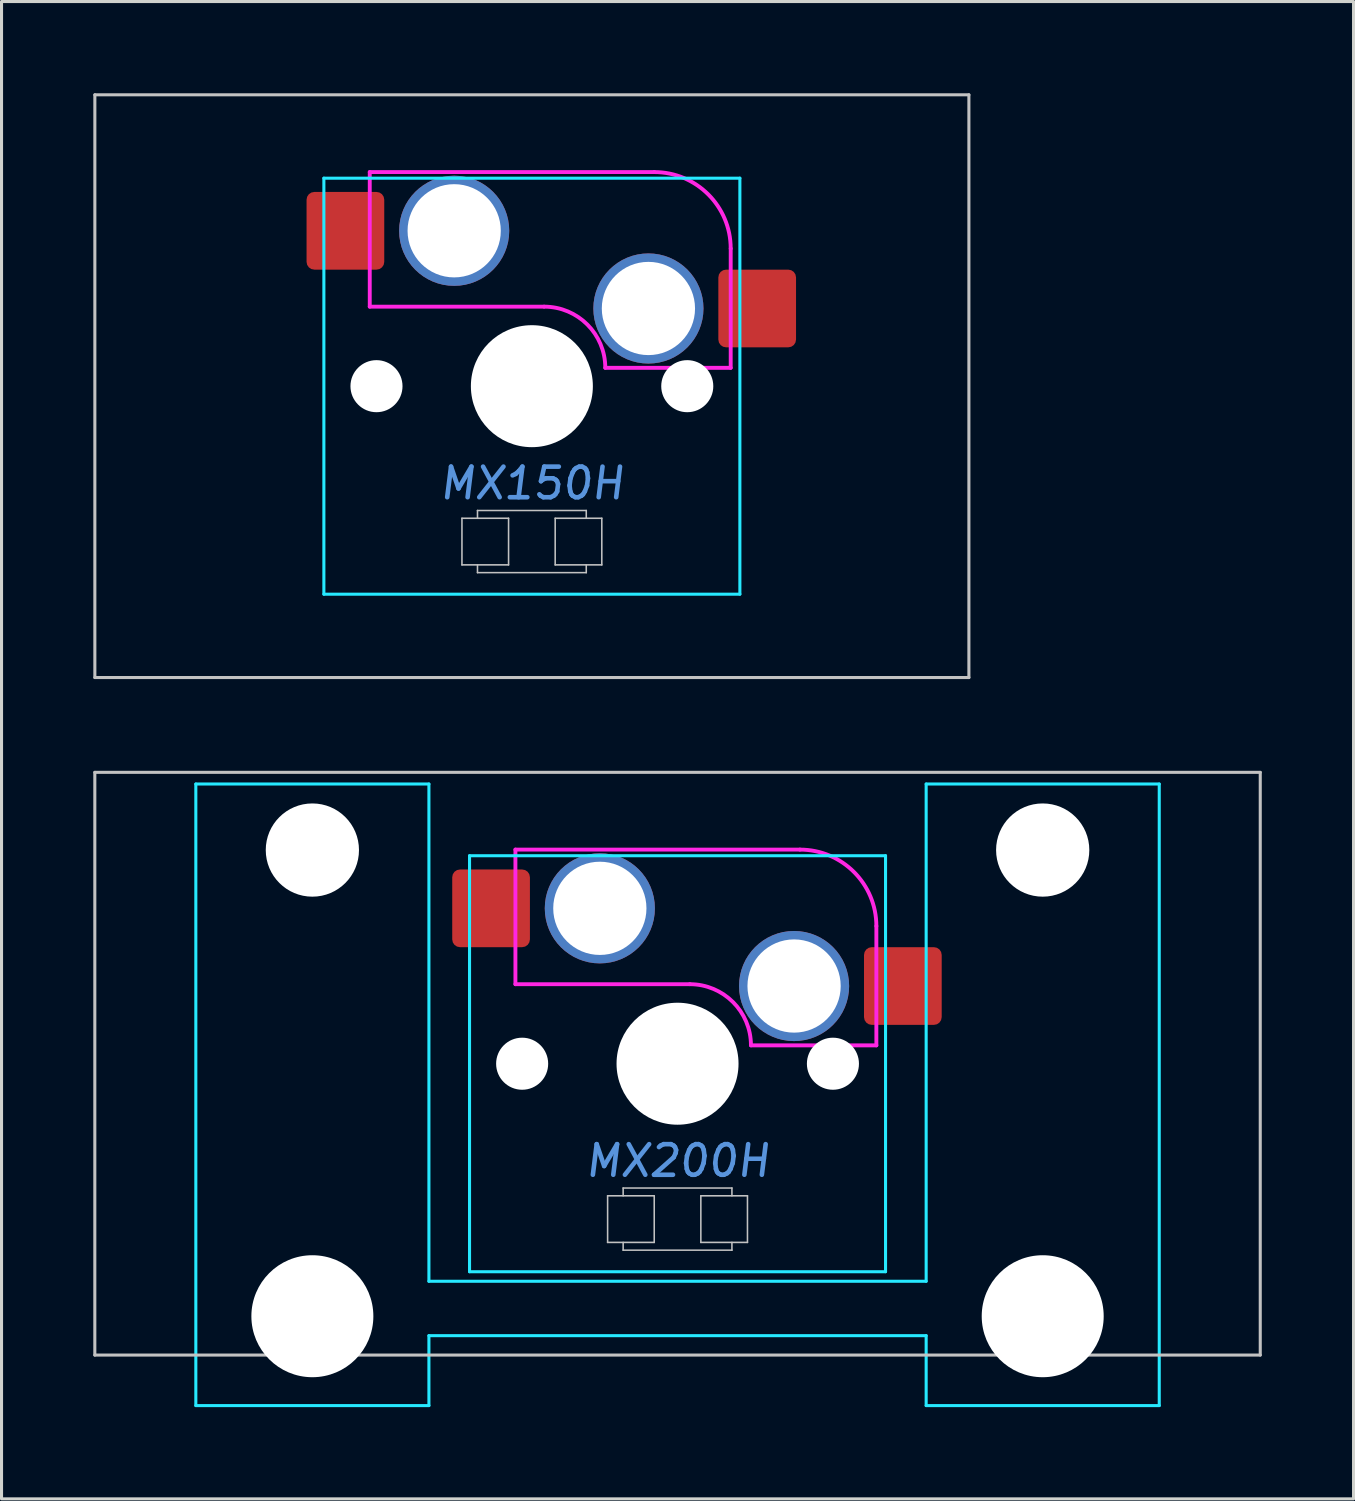
<source format=kicad_pcb>
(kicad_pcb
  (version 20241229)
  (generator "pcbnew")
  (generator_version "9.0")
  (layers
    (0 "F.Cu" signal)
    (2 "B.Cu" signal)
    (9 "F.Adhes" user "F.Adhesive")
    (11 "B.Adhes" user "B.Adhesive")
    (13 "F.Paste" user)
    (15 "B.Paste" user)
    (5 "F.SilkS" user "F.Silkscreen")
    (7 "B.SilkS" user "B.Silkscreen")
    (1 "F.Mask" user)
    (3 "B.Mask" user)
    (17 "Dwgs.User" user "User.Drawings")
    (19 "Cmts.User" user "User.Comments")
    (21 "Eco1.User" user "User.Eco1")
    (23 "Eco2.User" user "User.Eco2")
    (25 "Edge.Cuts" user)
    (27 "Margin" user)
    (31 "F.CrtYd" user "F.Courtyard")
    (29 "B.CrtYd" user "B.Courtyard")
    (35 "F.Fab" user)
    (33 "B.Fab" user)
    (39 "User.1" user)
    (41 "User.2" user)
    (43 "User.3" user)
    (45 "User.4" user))
  (footprint "MX150H"
    (layer "F.Cu")
    (at 14.338 9.575)
    (property "Reference" "MX150H" (at 0 3.175 0) (layer "Cmts.User") (effects (font (size 1 1) (thickness 0.15) (italic yes))))
    (attr smd)
    (fp_line (start -14.287 -9.525) (end -14.287 9.525) (stroke (width 0.1) (type solid)) (layer "Dwgs.User"))
    (fp_line (start -14.287 -9.525) (end 14.287 -9.525) (stroke (width 0.1) (type solid)) (layer "Dwgs.User"))
    (fp_line (start -14.287 9.525) (end 14.287 9.525) (stroke (width 0.1) (type solid)) (layer "Dwgs.User"))
    (fp_line (start -2.286 4.318) (end -2.286 5.842) (stroke (width 0.051) (type solid)) (layer "Dwgs.User"))
    (fp_line (start -2.286 5.842) (end -0.762 5.842) (stroke (width 0.051) (type solid)) (layer "Dwgs.User"))
    (fp_line (start -1.778 4.064) (end -1.778 4.318) (stroke (width 0.051) (type solid)) (layer "Dwgs.User"))
    (fp_line (start -1.778 6.096) (end -1.778 5.842) (stroke (width 0.051) (type solid)) (layer "Dwgs.User"))
    (fp_line (start -1.778 6.096) (end 1.778 6.096) (stroke (width 0.051) (type solid)) (layer "Dwgs.User"))
    (fp_line (start -0.762 4.318) (end -2.286 4.318) (stroke (width 0.051) (type solid)) (layer "Dwgs.User"))
    (fp_line (start -0.762 5.842) (end -0.762 4.318) (stroke (width 0.051) (type solid)) (layer "Dwgs.User"))
    (fp_line (start 0.762 4.318) (end 2.286 4.318) (stroke (width 0.051) (type solid)) (layer "Dwgs.User"))
    (fp_line (start 0.762 5.842) (end 0.762 4.318) (stroke (width 0.051) (type solid)) (layer "Dwgs.User"))
    (fp_line (start 1.778 4.064) (end -1.778 4.064) (stroke (width 0.051) (type solid)) (layer "Dwgs.User"))
    (fp_line (start 1.778 4.318) (end 1.778 4.064) (stroke (width 0.051) (type solid)) (layer "Dwgs.User"))
    (fp_line (start 1.778 6.096) (end 1.778 5.842) (stroke (width 0.051) (type solid)) (layer "Dwgs.User"))
    (fp_line (start 2.286 4.318) (end 2.286 5.842) (stroke (width 0.051) (type solid)) (layer "Dwgs.User"))
    (fp_line (start 2.286 5.842) (end 0.762 5.842) (stroke (width 0.051) (type solid)) (layer "Dwgs.User"))
    (fp_line (start 14.287 9.525) (end 14.287 -9.525) (stroke (width 0.1) (type solid)) (layer "Dwgs.User"))
    (fp_line (start -7 -6.5) (end -7 6.5) (stroke (width 0.1) (type solid)) (layer "Eco1.User"))
    (fp_line (start -6.5 7) (end 6.5 7) (stroke (width 0.1) (type solid)) (layer "Eco1.User"))
    (fp_line (start 6.5 -7) (end -6.5 -7) (stroke (width 0.1) (type solid)) (layer "Eco1.User"))
    (fp_line (start 7 6.5) (end 7 -6.5) (stroke (width 0.1) (type solid)) (layer "Eco1.User"))
    (fp_arc (start -7 -6.5) (mid -6.853553 -6.853553) (end -6.5 -7) (stroke (width 0.1) (type solid)) (layer "Eco1.User"))
    (fp_arc (start -6.5 7) (mid -6.853553 6.853553) (end -7 6.5) (stroke (width 0.1) (type solid)) (layer "Eco1.User"))
    (fp_arc (start 6.5 -7) (mid 6.853553 -6.853553) (end 7 -6.5) (stroke (width 0.1) (type solid)) (layer "Eco1.User"))
    (fp_arc (start 7 6.5) (mid 6.853553 6.853553) (end 6.5 7) (stroke (width 0.1) (type solid)) (layer "Eco1.User"))
    (fp_line (start -6.8 -6.8) (end -6.8 6.8) (stroke (width 0.1) (type solid)) (layer "B.CrtYd"))
    (fp_line (start -6.8 -6.8) (end 6.8 -6.8) (stroke (width 0.1) (type solid)) (layer "B.CrtYd"))
    (fp_line (start 6.8 6.8) (end -6.8 6.8) (stroke (width 0.1) (type solid)) (layer "B.CrtYd"))
    (fp_line (start 6.8 6.8) (end 6.8 -6.8) (stroke (width 0.1) (type solid)) (layer "B.CrtYd"))
    (fp_line (start -5.3 -7) (end -5.3 -2.6) (stroke (width 0.127) (type solid)) (layer "F.CrtYd"))
    (fp_line (start -5.3 -7) (end 4 -7) (stroke (width 0.127) (type solid)) (layer "F.CrtYd"))
    (fp_line (start 0.4 -2.6) (end -5.3 -2.6) (stroke (width 0.127) (type solid)) (layer "F.CrtYd"))
    (fp_line (start 6.5 -4.5) (end 6.5 -0.6) (stroke (width 0.127) (type solid)) (layer "F.CrtYd"))
    (fp_line (start 6.5 -0.6) (end 2.4 -0.6) (stroke (width 0.127) (type solid)) (layer "F.CrtYd"))
    (fp_arc (start 0.4 -2.6) (mid 1.814214 -2.014214) (end 2.4 -0.6) (stroke (width 0.127) (type solid)) (layer "F.CrtYd"))
    (fp_arc (start 4 -7) (mid 5.767767 -6.267767) (end 6.5 -4.5) (stroke (width 0.127) (type solid)) (layer "F.CrtYd"))
    (pad "" np_thru_hole circle (at -5.08 0) (size 1.702 1.702) (drill 1.702) (layers "*.Cu" "*.Mask"))
    (pad "" thru_hole circle (at -2.54 -5.08) (size 3.6 3.6) (drill 3.048) (layers "*.Cu" "*.Mask"))
    (pad "" np_thru_hole circle (at 0 0) (size 3.988 3.988) (drill 3.988) (layers "*.Cu" "*.Mask"))
    (pad "" thru_hole circle (at 3.81 -2.54) (size 3.6 3.6) (drill 3.048) (layers "*.Cu" "*.Mask"))
    (pad "" np_thru_hole circle (at 5.08 0) (size 1.702 1.702) (drill 1.702) (layers "*.Cu" "*.Mask"))
    (pad "1" smd roundrect (at -6.096 -5.08) (size 2.54 2.54) (layers "F.Cu" "F.Mask") (roundrect_rratio 0.1))
    (pad "2" smd roundrect (at 7.366 -2.54) (size 2.54 2.54) (layers "F.Cu" "F.Mask") (roundrect_rratio 0.1)))
  (footprint "MX200H"
    (layer "F.Cu")
    (at 19.1 31.725)
    (property "Reference" "MX200H" (at 0 3.175 0) (layer "Cmts.User") (effects (font (size 1 1) (thickness 0.15) (italic yes))))
    (attr smd)
    (fp_line (start -19.05 -9.525) (end -19.05 9.525) (stroke (width 0.1) (type solid)) (layer "Dwgs.User"))
    (fp_line (start -19.05 -9.525) (end 19.05 -9.525) (stroke (width 0.1) (type solid)) (layer "Dwgs.User"))
    (fp_line (start -19.05 9.525) (end 19.05 9.525) (stroke (width 0.1) (type solid)) (layer "Dwgs.User"))
    (fp_line (start -2.286 4.318) (end -0.762 4.318) (stroke (width 0.051) (type solid)) (layer "Dwgs.User"))
    (fp_line (start -2.286 5.842) (end -2.286 4.318) (stroke (width 0.051) (type solid)) (layer "Dwgs.User"))
    (fp_line (start -1.778 4.064) (end 1.778 4.064) (stroke (width 0.051) (type solid)) (layer "Dwgs.User"))
    (fp_line (start -1.778 4.318) (end -1.778 4.064) (stroke (width 0.051) (type solid)) (layer "Dwgs.User"))
    (fp_line (start -1.778 6.096) (end -1.778 5.842) (stroke (width 0.051) (type solid)) (layer "Dwgs.User"))
    (fp_line (start -0.762 4.318) (end -0.762 5.842) (stroke (width 0.051) (type solid)) (layer "Dwgs.User"))
    (fp_line (start -0.762 5.842) (end -2.286 5.842) (stroke (width 0.051) (type solid)) (layer "Dwgs.User"))
    (fp_line (start 0.762 4.318) (end 2.286 4.318) (stroke (width 0.051) (type solid)) (layer "Dwgs.User"))
    (fp_line (start 0.762 5.842) (end 0.762 4.318) (stroke (width 0.051) (type solid)) (layer "Dwgs.User"))
    (fp_line (start 1.778 4.064) (end 1.778 4.318) (stroke (width 0.051) (type solid)) (layer "Dwgs.User"))
    (fp_line (start 1.778 5.842) (end 1.778 6.096) (stroke (width 0.051) (type solid)) (layer "Dwgs.User"))
    (fp_line (start 1.778 6.096) (end -1.778 6.096) (stroke (width 0.051) (type solid)) (layer "Dwgs.User"))
    (fp_line (start 2.286 4.318) (end 2.286 5.842) (stroke (width 0.051) (type solid)) (layer "Dwgs.User"))
    (fp_line (start 2.286 5.842) (end 0.762 5.842) (stroke (width 0.051) (type solid)) (layer "Dwgs.User"))
    (fp_line (start 19.05 -9.525) (end 19.05 9.525) (stroke (width 0.1) (type solid)) (layer "Dwgs.User"))
    (fp_line (start -15.438 -5.485) (end -15.438 8.515) (stroke (width 0.1) (type solid)) (layer "Eco1.User"))
    (fp_line (start -14.938 -5.985) (end -8.938 -5.985) (stroke (width 0.1) (type solid)) (layer "Eco1.User"))
    (fp_line (start -8.938 9.015) (end -14.938 9.015) (stroke (width 0.1) (type solid)) (layer "Eco1.User"))
    (fp_line (start -8.438 8.515) (end -8.438 -5.485) (stroke (width 0.1) (type solid)) (layer "Eco1.User"))
    (fp_line (start -7 -6.5) (end -7 6.5) (stroke (width 0.1) (type solid)) (layer "Eco1.User"))
    (fp_line (start -6.5 7) (end 6.5 7) (stroke (width 0.1) (type solid)) (layer "Eco1.User"))
    (fp_line (start 6.5 -7) (end -6.5 -7) (stroke (width 0.1) (type solid)) (layer "Eco1.User"))
    (fp_line (start 7 6.5) (end 7 -6.5) (stroke (width 0.1) (type solid)) (layer "Eco1.User"))
    (fp_line (start 8.438 -5.485) (end 8.438 8.515) (stroke (width 0.1) (type solid)) (layer "Eco1.User"))
    (fp_line (start 8.938 -5.985) (end 14.938 -5.985) (stroke (width 0.1) (type solid)) (layer "Eco1.User"))
    (fp_line (start 14.938 9.015) (end 8.938 9.015) (stroke (width 0.1) (type solid)) (layer "Eco1.User"))
    (fp_line (start 15.438 8.515) (end 15.438 -5.485) (stroke (width 0.1) (type solid)) (layer "Eco1.User"))
    (fp_arc (start -15.438 -5.485) (mid -15.291553 -5.838553) (end -14.938 -5.985) (stroke (width 0.1) (type solid)) (layer "Eco1.User"))
    (fp_arc (start -14.938 9.015) (mid -15.291553 8.868553) (end -15.438 8.515) (stroke (width 0.1) (type solid)) (layer "Eco1.User"))
    (fp_arc (start -8.938 -5.985) (mid -8.584447 -5.838553) (end -8.438 -5.485) (stroke (width 0.1) (type solid)) (layer "Eco1.User"))
    (fp_arc (start -8.438 8.515) (mid -8.584447 8.868553) (end -8.938 9.015) (stroke (width 0.1) (type solid)) (layer "Eco1.User"))
    (fp_arc (start -7 -6.5) (mid -6.853553 -6.853553) (end -6.5 -7) (stroke (width 0.1) (type solid)) (layer "Eco1.User"))
    (fp_arc (start -6.5 7) (mid -6.853553 6.853553) (end -7 6.5) (stroke (width 0.1) (type solid)) (layer "Eco1.User"))
    (fp_arc (start 6.5 -7) (mid 6.853553 -6.853553) (end 7 -6.5) (stroke (width 0.1) (type solid)) (layer "Eco1.User"))
    (fp_arc (start 7 6.5) (mid 6.853553 6.853553) (end 6.5 7) (stroke (width 0.1) (type solid)) (layer "Eco1.User"))
    (fp_arc (start 8.438 -5.485) (mid 8.584447 -5.838553) (end 8.938 -5.985) (stroke (width 0.1) (type solid)) (layer "Eco1.User"))
    (fp_arc (start 8.938 9.015) (mid 8.584447 8.868553) (end 8.438 8.515) (stroke (width 0.1) (type solid)) (layer "Eco1.User"))
    (fp_arc (start 14.938 -5.985) (mid 15.291553 -5.838553) (end 15.438 -5.485) (stroke (width 0.1) (type solid)) (layer "Eco1.User"))
    (fp_arc (start 15.438 8.515) (mid 15.291553 8.868553) (end 14.938 9.015) (stroke (width 0.1) (type solid)) (layer "Eco1.User"))
    (fp_line (start -15.748 -9.144) (end -15.748 11.176) (stroke (width 0.1) (type solid)) (layer "B.CrtYd"))
    (fp_line (start -15.748 11.176) (end -8.128 11.176) (stroke (width 0.1) (type solid)) (layer "B.CrtYd"))
    (fp_line (start -8.128 -9.144) (end -15.748 -9.144) (stroke (width 0.1) (type solid)) (layer "B.CrtYd"))
    (fp_line (start -8.128 7.112) (end -8.128 -9.144) (stroke (width 0.1) (type solid)) (layer "B.CrtYd"))
    (fp_line (start -8.128 7.112) (end 8.128 7.112) (stroke (width 0.1) (type solid)) (layer "B.CrtYd"))
    (fp_line (start -8.128 8.89) (end -8.128 11.176) (stroke (width 0.1) (type solid)) (layer "B.CrtYd"))
    (fp_line (start -8.128 8.89) (end 8.128 8.89) (stroke (width 0.1) (type solid)) (layer "B.CrtYd"))
    (fp_line (start -6.8 -6.8) (end -6.8 6.8) (stroke (width 0.1) (type solid)) (layer "B.CrtYd"))
    (fp_line (start 6.8 -6.8) (end -6.8 -6.8) (stroke (width 0.1) (type solid)) (layer "B.CrtYd"))
    (fp_line (start 6.8 -6.8) (end 6.8 6.8) (stroke (width 0.1) (type solid)) (layer "B.CrtYd"))
    (fp_line (start 6.8 6.8) (end -6.8 6.8) (stroke (width 0.1) (type solid)) (layer "B.CrtYd"))
    (fp_line (start 8.128 7.112) (end 8.128 -9.144) (stroke (width 0.1) (type solid)) (layer "B.CrtYd"))
    (fp_line (start 8.128 8.89) (end 8.128 11.176) (stroke (width 0.1) (type solid)) (layer "B.CrtYd"))
    (fp_line (start 8.128 11.176) (end 15.748 11.176) (stroke (width 0.1) (type solid)) (layer "B.CrtYd"))
    (fp_line (start 15.748 -9.144) (end 8.128 -9.144) (stroke (width 0.1) (type solid)) (layer "B.CrtYd"))
    (fp_line (start 15.748 11.176) (end 15.748 -9.144) (stroke (width 0.1) (type solid)) (layer "B.CrtYd"))
    (fp_line (start -5.3 -7) (end -5.3 -2.6) (stroke (width 0.127) (type solid)) (layer "F.CrtYd"))
    (fp_line (start -5.3 -7) (end 4 -7) (stroke (width 0.127) (type solid)) (layer "F.CrtYd"))
    (fp_line (start 0.4 -2.6) (end -5.3 -2.6) (stroke (width 0.127) (type solid)) (layer "F.CrtYd"))
    (fp_line (start 6.5 -4.5) (end 6.5 -0.6) (stroke (width 0.127) (type solid)) (layer "F.CrtYd"))
    (fp_line (start 6.5 -0.6) (end 2.4 -0.6) (stroke (width 0.127) (type solid)) (layer "F.CrtYd"))
    (fp_arc (start 0.4 -2.6) (mid 1.814214 -2.014214) (end 2.4 -0.6) (stroke (width 0.127) (type solid)) (layer "F.CrtYd"))
    (fp_arc (start 4 -7) (mid 5.767767 -6.267767) (end 6.5 -4.5) (stroke (width 0.127) (type solid)) (layer "F.CrtYd"))
    (pad "" np_thru_hole circle (at -11.938 -6.985) (size 3.048 3.048) (drill 3.048) (layers "*.Cu" "*.Mask"))
    (pad "" np_thru_hole circle (at -11.938 8.255) (size 3.988 3.988) (drill 3.988) (layers "*.Cu" "*.Mask"))
    (pad "" np_thru_hole circle (at -5.08 0) (size 1.702 1.702) (drill 1.702) (layers "*.Cu" "*.Mask"))
    (pad "" thru_hole circle (at -2.54 -5.08) (size 3.6 3.6) (drill 3.048) (layers "*.Cu" "*.Mask"))
    (pad "" np_thru_hole circle (at 0 0) (size 3.988 3.988) (drill 3.988) (layers "*.Cu" "*.Mask"))
    (pad "" thru_hole circle (at 3.81 -2.54) (size 3.6 3.6) (drill 3.048) (layers "*.Cu" "*.Mask"))
    (pad "" np_thru_hole circle (at 5.08 0) (size 1.702 1.702) (drill 1.702) (layers "*.Cu" "*.Mask"))
    (pad "" np_thru_hole circle (at 11.938 -6.985) (size 3.048 3.048) (drill 3.048) (layers "*.Cu" "*.Mask"))
    (pad "" np_thru_hole circle (at 11.938 8.255) (size 3.988 3.988) (drill 3.988) (layers "*.Cu" "*.Mask"))
    (pad "1" smd roundrect (at -6.096 -5.08) (size 2.54 2.54) (layers "F.Cu" "F.Mask") (roundrect_rratio 0.1))
    (pad "2" smd roundrect (at 7.366 -2.54) (size 2.54 2.54) (layers "F.Cu" "F.Mask") (roundrect_rratio 0.1)))
  (gr_rect
    (start -3 -3)
    (end 41.2 45.951)
    (stroke (width 0.1) (type default))
    (fill no)
    (layer "Edge.Cuts")))
</source>
